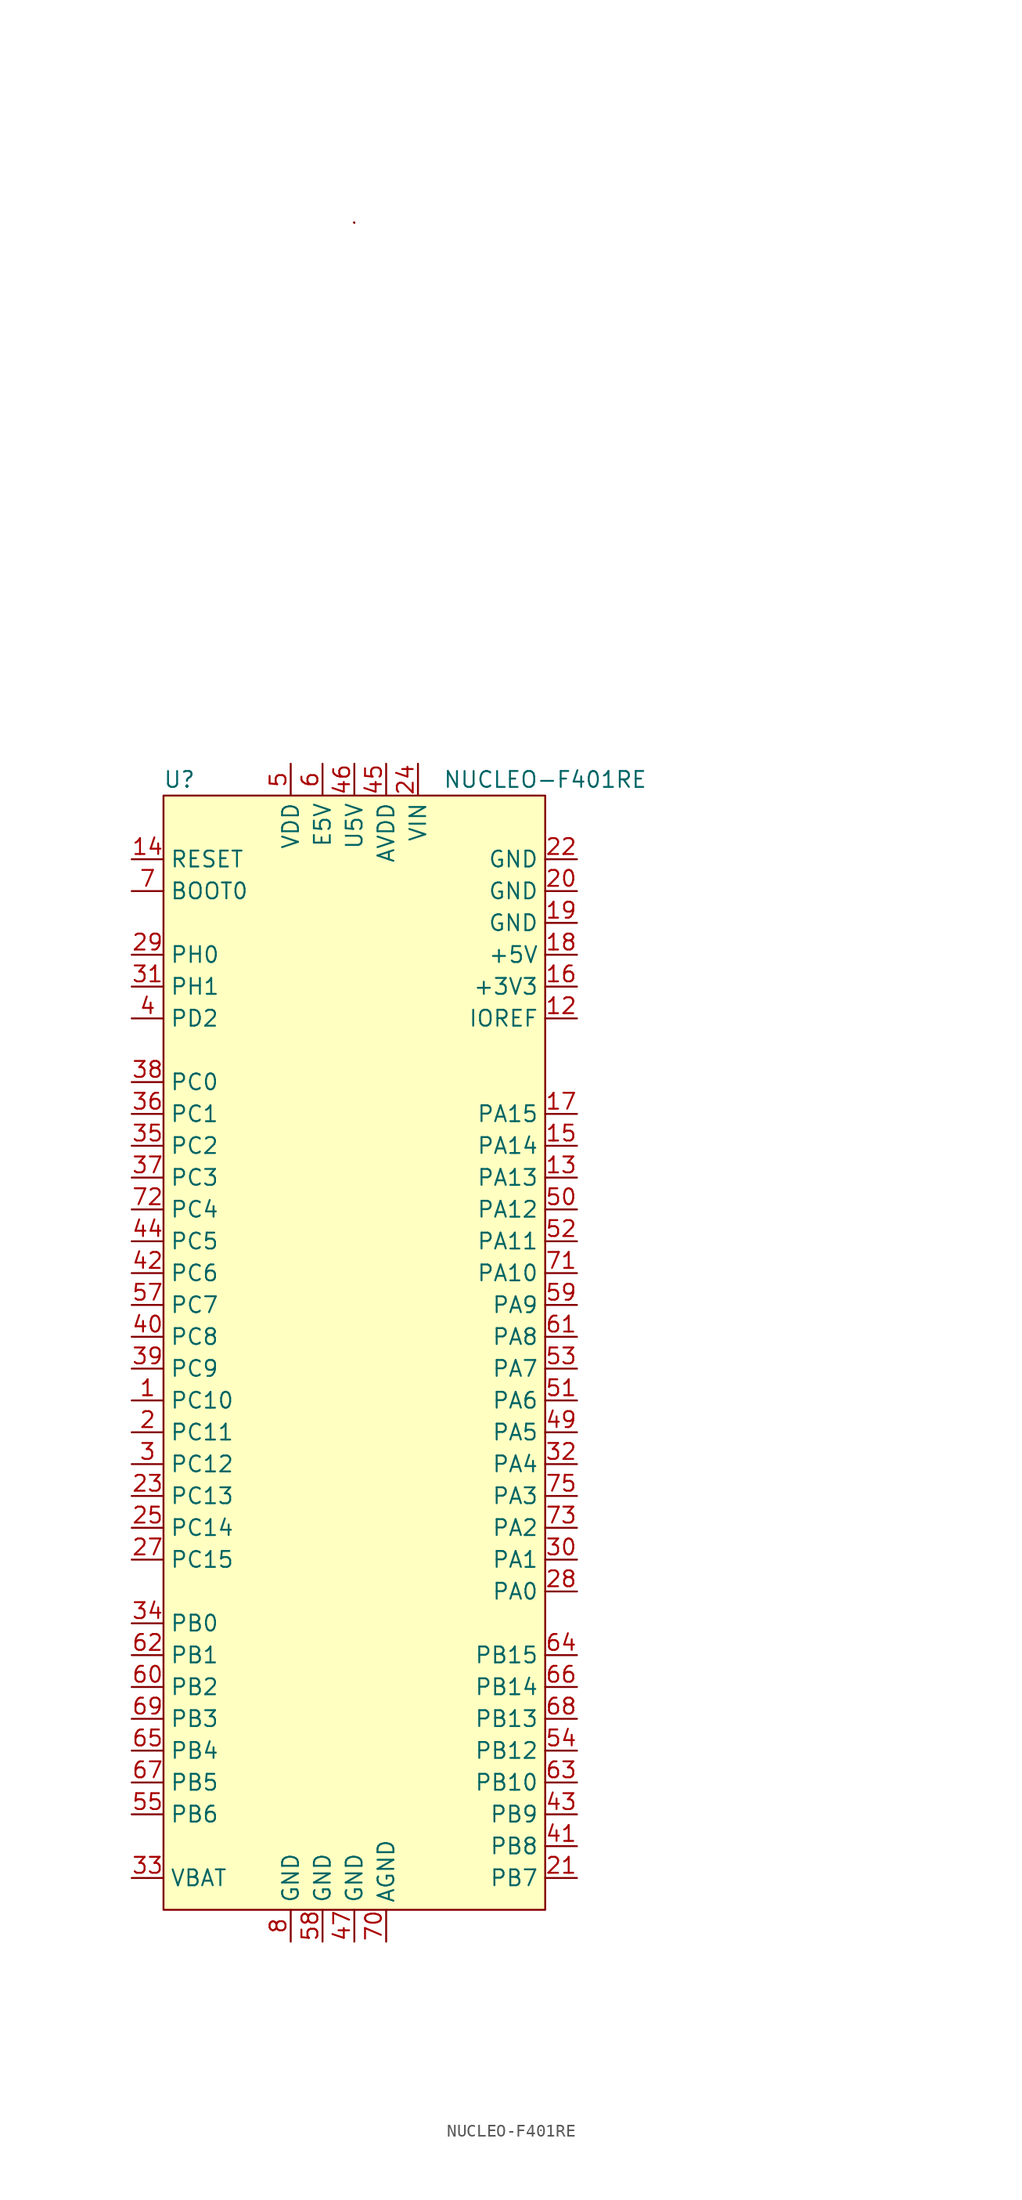
<source format=kicad_sym>
(kicad_symbol_lib
  (version 20211014)
  (generator kicad_symbol_editor)
  (symbol "NUCLEO-F401RE"
    (property "Reference" "U"
      (at -13.97 46.99 0)
      (effects (font (size 1.27 1.27))))
    (property "Value" "NUCLEO-F401RE"
      (at 15.24 46.99 0)
      (effects (font (size 1.27 1.27))))
    (symbol "NUCLEO-F401RE_0_1"
      (rectangle (start -15.24 45.72) (end 15.24 -43.18) (stroke (width 0) (type default) (color 0 0 0 0)) (fill (type background)))
      (rectangle (start 0 91.44) (end 0 91.44) (stroke (width 0) (type default) (color 0 0 0 0)) (fill (type none)))
      (rectangle (start 0 91.44) (end 0 91.44) (stroke (width 0) (type default) (color 0 0 0 0)) (fill (type none)))
      (rectangle (start 0 91.44) (end 0 91.44) (stroke (width 0) (type default) (color 0 0 0 0)) (fill (type none)))
      (rectangle (start 0 91.44) (end 0 91.44) (stroke (width 0) (type default) (color 0 0 0 0)) (fill (type none)))
      (rectangle (start 0 91.44) (end 0 91.44) (stroke (width 0) (type default) (color 0 0 0 0)) (fill (type none)))
      (rectangle (start 0 91.44) (end 0 91.44) (stroke (width 0) (type default) (color 0 0 0 0)) (fill (type none)))
      (rectangle (start 0 91.44) (end 0 91.44) (stroke (width 0) (type default) (color 0 0 0 0)) (fill (type none))))
    (symbol "NUCLEO-F401RE_1_1"
      (pin bidirectional line (at -17.78 -2.54 0) (length 2.54) (name "PC10" (effects (font (size 1.27 1.27)))) (number "1" (effects (font (size 1.27 1.27)))))
      (pin no_connect line (at 43.18 -20.32 180) (length 2.54) hide (name "NC" (effects (font (size 1.27 1.27)))) (number "10" (effects (font (size 1.27 1.27)))))
      (pin no_connect line (at 43.18 -17.78 180) (length 2.54) hide (name "NC" (effects (font (size 1.27 1.27)))) (number "11" (effects (font (size 1.27 1.27)))))
      (pin power_out line (at 17.78 27.94 180) (length 2.54) (name "IOREF" (effects (font (size 1.27 1.27)))) (number "12" (effects (font (size 1.27 1.27)))))
      (pin bidirectional line (at 17.78 15.24 180) (length 2.54) (name "PA13" (effects (font (size 1.27 1.27)))) (number "13" (effects (font (size 1.27 1.27)))))
      (pin input line (at -17.78 40.64 0) (length 2.54) (name "RESET" (effects (font (size 1.27 1.27)))) (number "14" (effects (font (size 1.27 1.27)))))
      (pin bidirectional line (at 17.78 17.78 180) (length 2.54) (name "PA14" (effects (font (size 1.27 1.27)))) (number "15" (effects (font (size 1.27 1.27)))))
      (pin power_out line (at 17.78 30.48 180) (length 2.54) (name "+3V3" (effects (font (size 1.27 1.27)))) (number "16" (effects (font (size 1.27 1.27)))))
      (pin bidirectional line (at 17.78 20.32 180) (length 2.54) (name "PA15" (effects (font (size 1.27 1.27)))) (number "17" (effects (font (size 1.27 1.27)))))
      (pin power_out line (at 17.78 33.02 180) (length 2.54) (name "+5V" (effects (font (size 1.27 1.27)))) (number "18" (effects (font (size 1.27 1.27)))))
      (pin power_out line (at 17.78 35.56 180) (length 2.54) (name "GND" (effects (font (size 1.27 1.27)))) (number "19" (effects (font (size 1.27 1.27)))))
      (pin bidirectional line (at -17.78 -5.08 0) (length 2.54) (name "PC11" (effects (font (size 1.27 1.27)))) (number "2" (effects (font (size 1.27 1.27)))))
      (pin power_out line (at 17.78 38.1 180) (length 2.54) (name "GND" (effects (font (size 1.27 1.27)))) (number "20" (effects (font (size 1.27 1.27)))))
      (pin bidirectional line (at 17.78 -40.64 180) (length 2.54) (name "PB7" (effects (font (size 1.27 1.27)))) (number "21" (effects (font (size 1.27 1.27)))))
      (pin power_out line (at 17.78 40.64 180) (length 2.54) (name "GND" (effects (font (size 1.27 1.27)))) (number "22" (effects (font (size 1.27 1.27)))))
      (pin bidirectional line (at -17.78 -10.16 0) (length 2.54) (name "PC13" (effects (font (size 1.27 1.27)))) (number "23" (effects (font (size 1.27 1.27)))))
      (pin power_in line (at 5.08 48.26 270) (length 2.54) (name "VIN" (effects (font (size 1.27 1.27)))) (number "24" (effects (font (size 1.27 1.27)))))
      (pin bidirectional line (at -17.78 -12.7 0) (length 2.54) (name "PC14" (effects (font (size 1.27 1.27)))) (number "25" (effects (font (size 1.27 1.27)))))
      (pin no_connect line (at 43.18 -25.4 180) (length 2.54) hide (name "NC" (effects (font (size 1.27 1.27)))) (number "26" (effects (font (size 1.27 1.27)))))
      (pin bidirectional line (at -17.78 -15.24 0) (length 2.54) (name "PC15" (effects (font (size 1.27 1.27)))) (number "27" (effects (font (size 1.27 1.27)))))
      (pin bidirectional line (at 17.78 -17.78 180) (length 2.54) (name "PA0" (effects (font (size 1.27 1.27)))) (number "28" (effects (font (size 1.27 1.27)))))
      (pin bidirectional line (at -17.78 33.02 0) (length 2.54) (name "PH0" (effects (font (size 1.27 1.27)))) (number "29" (effects (font (size 1.27 1.27)))))
      (pin bidirectional line (at -17.78 -7.62 0) (length 2.54) (name "PC12" (effects (font (size 1.27 1.27)))) (number "3" (effects (font (size 1.27 1.27)))))
      (pin bidirectional line (at 17.78 -15.24 180) (length 2.54) (name "PA1" (effects (font (size 1.27 1.27)))) (number "30" (effects (font (size 1.27 1.27)))))
      (pin bidirectional line (at -17.78 30.48 0) (length 2.54) (name "PH1" (effects (font (size 1.27 1.27)))) (number "31" (effects (font (size 1.27 1.27)))))
      (pin bidirectional line (at 17.78 -7.62 180) (length 2.54) (name "PA4" (effects (font (size 1.27 1.27)))) (number "32" (effects (font (size 1.27 1.27)))))
      (pin power_in line (at -17.78 -40.64 0) (length 2.54) (name "VBAT" (effects (font (size 1.27 1.27)))) (number "33" (effects (font (size 1.27 1.27)))))
      (pin bidirectional line (at -17.78 -20.32 0) (length 2.54) (name "PB0" (effects (font (size 1.27 1.27)))) (number "34" (effects (font (size 1.27 1.27)))))
      (pin bidirectional line (at -17.78 17.78 0) (length 2.54) (name "PC2" (effects (font (size 1.27 1.27)))) (number "35" (effects (font (size 1.27 1.27)))))
      (pin bidirectional line (at -17.78 20.32 0) (length 2.54) (name "PC1" (effects (font (size 1.27 1.27)))) (number "36" (effects (font (size 1.27 1.27)))))
      (pin bidirectional line (at -17.78 15.24 0) (length 2.54) (name "PC3" (effects (font (size 1.27 1.27)))) (number "37" (effects (font (size 1.27 1.27)))))
      (pin bidirectional line (at -17.78 22.86 0) (length 2.54) (name "PC0" (effects (font (size 1.27 1.27)))) (number "38" (effects (font (size 1.27 1.27)))))
      (pin bidirectional line (at -17.78 0 0) (length 2.54) (name "PC9" (effects (font (size 1.27 1.27)))) (number "39" (effects (font (size 1.27 1.27)))))
      (pin bidirectional line (at -17.78 27.94 0) (length 2.54) (name "PD2" (effects (font (size 1.27 1.27)))) (number "4" (effects (font (size 1.27 1.27)))))
      (pin bidirectional line (at -17.78 2.54 0) (length 2.54) (name "PC8" (effects (font (size 1.27 1.27)))) (number "40" (effects (font (size 1.27 1.27)))))
      (pin bidirectional line (at 17.78 -38.1 180) (length 2.54) (name "PB8" (effects (font (size 1.27 1.27)))) (number "41" (effects (font (size 1.27 1.27)))))
      (pin bidirectional line (at -17.78 7.62 0) (length 2.54) (name "PC6" (effects (font (size 1.27 1.27)))) (number "42" (effects (font (size 1.27 1.27)))))
      (pin bidirectional line (at 17.78 -35.56 180) (length 2.54) (name "PB9" (effects (font (size 1.27 1.27)))) (number "43" (effects (font (size 1.27 1.27)))))
      (pin bidirectional line (at -17.78 10.16 0) (length 2.54) (name "PC5" (effects (font (size 1.27 1.27)))) (number "44" (effects (font (size 1.27 1.27)))))
      (pin power_in line (at 2.54 48.26 270) (length 2.54) (name "AVDD" (effects (font (size 1.27 1.27)))) (number "45" (effects (font (size 1.27 1.27)))))
      (pin power_in line (at 0 48.26 270) (length 2.54) (name "U5V" (effects (font (size 1.27 1.27)))) (number "46" (effects (font (size 1.27 1.27)))))
      (pin power_in line (at 0 -45.72 90) (length 2.54) (name "GND" (effects (font (size 1.27 1.27)))) (number "47" (effects (font (size 1.27 1.27)))))
      (pin no_connect line (at 43.18 -27.94 180) (length 2.54) hide (name "NC" (effects (font (size 1.27 1.27)))) (number "48" (effects (font (size 1.27 1.27)))))
      (pin bidirectional line (at 17.78 -5.08 180) (length 2.54) (name "PA5" (effects (font (size 1.27 1.27)))) (number "49" (effects (font (size 1.27 1.27)))))
      (pin power_in line (at -5.08 48.26 270) (length 2.54) (name "VDD" (effects (font (size 1.27 1.27)))) (number "5" (effects (font (size 1.27 1.27)))))
      (pin bidirectional line (at 17.78 12.7 180) (length 2.54) (name "PA12" (effects (font (size 1.27 1.27)))) (number "50" (effects (font (size 1.27 1.27)))))
      (pin bidirectional line (at 17.78 -2.54 180) (length 2.54) (name "PA6" (effects (font (size 1.27 1.27)))) (number "51" (effects (font (size 1.27 1.27)))))
      (pin bidirectional line (at 17.78 10.16 180) (length 2.54) (name "PA11" (effects (font (size 1.27 1.27)))) (number "52" (effects (font (size 1.27 1.27)))))
      (pin bidirectional line (at 17.78 0 180) (length 2.54) (name "PA7" (effects (font (size 1.27 1.27)))) (number "53" (effects (font (size 1.27 1.27)))))
      (pin bidirectional line (at 17.78 -30.48 180) (length 2.54) (name "PB12" (effects (font (size 1.27 1.27)))) (number "54" (effects (font (size 1.27 1.27)))))
      (pin bidirectional line (at -17.78 -35.56 0) (length 2.54) (name "PB6" (effects (font (size 1.27 1.27)))) (number "55" (effects (font (size 1.27 1.27)))))
      (pin no_connect line (at 43.18 -30.48 180) (length 2.54) hide (name "NC" (effects (font (size 1.27 1.27)))) (number "56" (effects (font (size 1.27 1.27)))))
      (pin bidirectional line (at -17.78 5.08 0) (length 2.54) (name "PC7" (effects (font (size 1.27 1.27)))) (number "57" (effects (font (size 1.27 1.27)))))
      (pin power_in line (at -2.54 -45.72 90) (length 2.54) (name "GND" (effects (font (size 1.27 1.27)))) (number "58" (effects (font (size 1.27 1.27)))))
      (pin bidirectional line (at 17.78 5.08 180) (length 2.54) (name "PA9" (effects (font (size 1.27 1.27)))) (number "59" (effects (font (size 1.27 1.27)))))
      (pin power_in line (at -2.54 48.26 270) (length 2.54) (name "E5V" (effects (font (size 1.27 1.27)))) (number "6" (effects (font (size 1.27 1.27)))))
      (pin bidirectional line (at -17.78 -25.4 0) (length 2.54) (name "PB2" (effects (font (size 1.27 1.27)))) (number "60" (effects (font (size 1.27 1.27)))))
      (pin bidirectional line (at 17.78 2.54 180) (length 2.54) (name "PA8" (effects (font (size 1.27 1.27)))) (number "61" (effects (font (size 1.27 1.27)))))
      (pin bidirectional line (at -17.78 -22.86 0) (length 2.54) (name "PB1" (effects (font (size 1.27 1.27)))) (number "62" (effects (font (size 1.27 1.27)))))
      (pin bidirectional line (at 17.78 -33.02 180) (length 2.54) (name "PB10" (effects (font (size 1.27 1.27)))) (number "63" (effects (font (size 1.27 1.27)))))
      (pin bidirectional line (at 17.78 -22.86 180) (length 2.54) (name "PB15" (effects (font (size 1.27 1.27)))) (number "64" (effects (font (size 1.27 1.27)))))
      (pin bidirectional line (at -17.78 -30.48 0) (length 2.54) (name "PB4" (effects (font (size 1.27 1.27)))) (number "65" (effects (font (size 1.27 1.27)))))
      (pin bidirectional line (at 17.78 -25.4 180) (length 2.54) (name "PB14" (effects (font (size 1.27 1.27)))) (number "66" (effects (font (size 1.27 1.27)))))
      (pin bidirectional line (at -17.78 -33.02 0) (length 2.54) (name "PB5" (effects (font (size 1.27 1.27)))) (number "67" (effects (font (size 1.27 1.27)))))
      (pin bidirectional line (at 17.78 -27.94 180) (length 2.54) (name "PB13" (effects (font (size 1.27 1.27)))) (number "68" (effects (font (size 1.27 1.27)))))
      (pin bidirectional line (at -17.78 -27.94 0) (length 2.54) (name "PB3" (effects (font (size 1.27 1.27)))) (number "69" (effects (font (size 1.27 1.27)))))
      (pin input line (at -17.78 38.1 0) (length 2.54) (name "BOOT0" (effects (font (size 1.27 1.27)))) (number "7" (effects (font (size 1.27 1.27)))))
      (pin power_in line (at 2.54 -45.72 90) (length 2.54) (name "AGND" (effects (font (size 1.27 1.27)))) (number "70" (effects (font (size 1.27 1.27)))))
      (pin bidirectional line (at 17.78 7.62 180) (length 2.54) (name "PA10" (effects (font (size 1.27 1.27)))) (number "71" (effects (font (size 1.27 1.27)))))
      (pin bidirectional line (at -17.78 12.7 0) (length 2.54) (name "PC4" (effects (font (size 1.27 1.27)))) (number "72" (effects (font (size 1.27 1.27)))))
      (pin bidirectional line (at 17.78 -12.7 180) (length 2.54) (name "PA2" (effects (font (size 1.27 1.27)))) (number "73" (effects (font (size 1.27 1.27)))))
      (pin no_connect line (at 43.18 -35.56 180) (length 2.54) hide (name "NC" (effects (font (size 1.27 1.27)))) (number "74" (effects (font (size 1.27 1.27)))))
      (pin bidirectional line (at 17.78 -10.16 180) (length 2.54) (name "PA3" (effects (font (size 1.27 1.27)))) (number "75" (effects (font (size 1.27 1.27)))))
      (pin no_connect line (at 43.18 -33.02 180) (length 2.54) hide (name "NC" (effects (font (size 1.27 1.27)))) (number "76" (effects (font (size 1.27 1.27)))))
      (pin power_in line (at -5.08 -45.72 90) (length 2.54) (name "GND" (effects (font (size 1.27 1.27)))) (number "8" (effects (font (size 1.27 1.27)))))
      (pin no_connect line (at 43.18 -22.86 180) (length 2.54) hide (name "NC" (effects (font (size 1.27 1.27)))) (number "9" (effects (font (size 1.27 1.27))))))))
</source>
